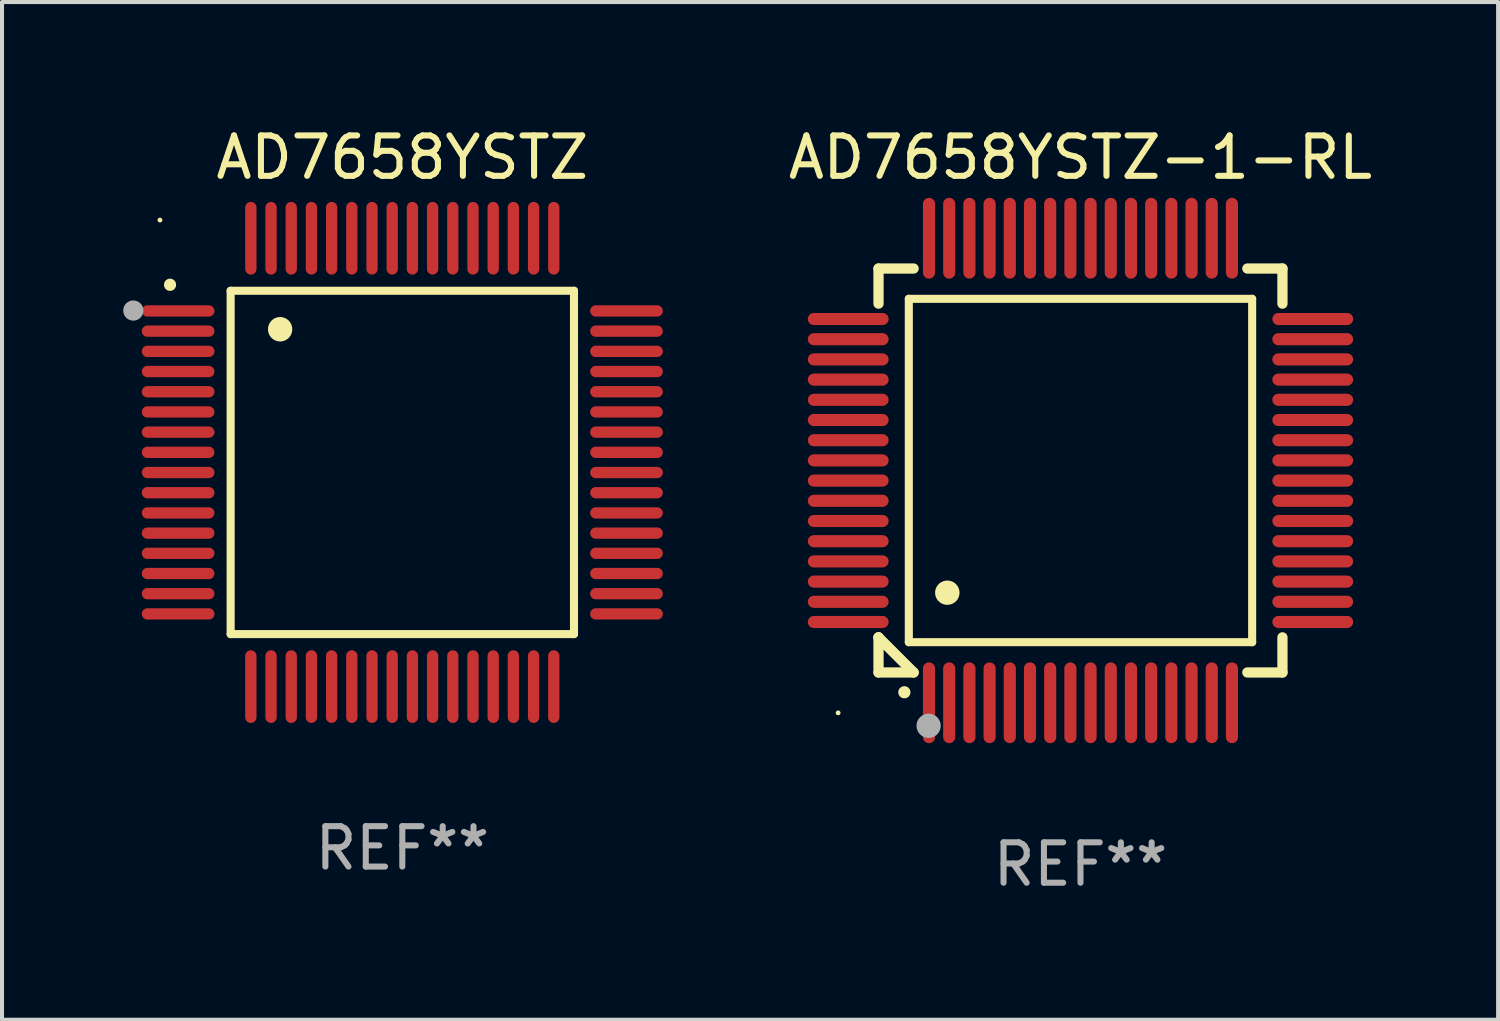
<source format=kicad_pcb>
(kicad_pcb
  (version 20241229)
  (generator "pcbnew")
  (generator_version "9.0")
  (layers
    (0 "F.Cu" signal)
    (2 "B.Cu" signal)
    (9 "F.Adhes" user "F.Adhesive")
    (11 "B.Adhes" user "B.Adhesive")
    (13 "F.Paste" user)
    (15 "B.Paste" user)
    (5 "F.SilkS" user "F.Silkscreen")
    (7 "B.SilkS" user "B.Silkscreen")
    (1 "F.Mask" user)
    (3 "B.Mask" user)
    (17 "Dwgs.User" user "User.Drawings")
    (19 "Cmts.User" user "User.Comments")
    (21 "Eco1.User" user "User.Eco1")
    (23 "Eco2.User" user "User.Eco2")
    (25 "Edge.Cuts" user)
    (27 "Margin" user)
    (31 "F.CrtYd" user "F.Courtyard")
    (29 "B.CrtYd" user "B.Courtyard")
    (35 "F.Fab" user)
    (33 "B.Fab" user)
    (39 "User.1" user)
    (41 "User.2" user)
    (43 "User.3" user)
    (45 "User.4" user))
  (footprint "AD7658YSTZ"
    (layer "F.Cu")
    (at 6.91 8.398)
    (property "Reference" "AD7658YSTZ" (at 0 -7.55 0) (layer "F.SilkS") (effects (font (size 1 1) (thickness 0.15))))
    (attr through_hole)
    (fp_line (start -4.25 -4.25) (end -4.25 4.25) (stroke (width 0.2) (type solid)) (layer "F.SilkS"))
    (fp_line (start -4.25 4.25) (end 4.25 4.25) (stroke (width 0.2) (type solid)) (layer "F.SilkS"))
    (fp_line (start 4.25 -4.25) (end -4.25 -4.25) (stroke (width 0.2) (type solid)) (layer "F.SilkS"))
    (fp_line (start 4.25 4.25) (end 4.25 -4.25) (stroke (width 0.2) (type solid)) (layer "F.SilkS"))
    (fp_arc (start -5.750572 -4.396749) (mid -5.750577 -4.398019) (end -5.750572 -4.399289) (stroke (width 0.3) (type solid)) (layer "F.SilkS"))
    (fp_arc (start -3.025146 -3.294387) (mid -3.025157 -3.296927) (end -3.025146 -3.299467) (stroke (width 0.6) (type solid)) (layer "F.SilkS"))
    (fp_circle (center -6 -6) (end -5.97 -6) (stroke (width 0.06) (type solid)) (fill no) (layer "F.SilkS"))
    (fp_circle (center -6.66 -3.76) (end -6.535 -3.76) (stroke (width 0.25) (type solid)) (fill no) (layer "F.Fab"))
    (fp_text user "REF**" (at 0 9.55 0) (layer "F.Fab") (effects (font (size 1 1) (thickness 0.15))))
    (pad "1" smd oval (at -5.55 -3.75) (size 1.8 0.28) (layers "F.Cu" "F.Mask" "F.Paste"))
    (pad "2" smd oval (at -5.55 -3.25) (size 1.8 0.28) (layers "F.Cu" "F.Mask" "F.Paste"))
    (pad "3" smd oval (at -5.55 -2.75) (size 1.8 0.28) (layers "F.Cu" "F.Mask" "F.Paste"))
    (pad "4" smd oval (at -5.55 -2.25) (size 1.8 0.28) (layers "F.Cu" "F.Mask" "F.Paste"))
    (pad "5" smd oval (at -5.55 -1.75) (size 1.8 0.28) (layers "F.Cu" "F.Mask" "F.Paste"))
    (pad "6" smd oval (at -5.55 -1.25) (size 1.8 0.28) (layers "F.Cu" "F.Mask" "F.Paste"))
    (pad "7" smd oval (at -5.55 -0.75) (size 1.8 0.28) (layers "F.Cu" "F.Mask" "F.Paste"))
    (pad "8" smd oval (at -5.55 -0.25) (size 1.8 0.28) (layers "F.Cu" "F.Mask" "F.Paste"))
    (pad "9" smd oval (at -5.55 0.25) (size 1.8 0.28) (layers "F.Cu" "F.Mask" "F.Paste"))
    (pad "10" smd oval (at -5.55 0.75) (size 1.8 0.28) (layers "F.Cu" "F.Mask" "F.Paste"))
    (pad "11" smd oval (at -5.55 1.25) (size 1.8 0.28) (layers "F.Cu" "F.Mask" "F.Paste"))
    (pad "12" smd oval (at -5.55 1.75) (size 1.8 0.28) (layers "F.Cu" "F.Mask" "F.Paste"))
    (pad "13" smd oval (at -5.55 2.25) (size 1.8 0.28) (layers "F.Cu" "F.Mask" "F.Paste"))
    (pad "14" smd oval (at -5.55 2.75) (size 1.8 0.28) (layers "F.Cu" "F.Mask" "F.Paste"))
    (pad "15" smd oval (at -5.55 3.25) (size 1.8 0.28) (layers "F.Cu" "F.Mask" "F.Paste"))
    (pad "16" smd oval (at -5.55 3.75) (size 1.8 0.28) (layers "F.Cu" "F.Mask" "F.Paste"))
    (pad "17" smd oval (at -3.75 5.55) (size 0.28 1.8) (layers "F.Cu" "F.Mask" "F.Paste"))
    (pad "18" smd oval (at -3.25 5.55) (size 0.28 1.8) (layers "F.Cu" "F.Mask" "F.Paste"))
    (pad "19" smd oval (at -2.75 5.55) (size 0.28 1.8) (layers "F.Cu" "F.Mask" "F.Paste"))
    (pad "20" smd oval (at -2.25 5.55) (size 0.28 1.8) (layers "F.Cu" "F.Mask" "F.Paste"))
    (pad "21" smd oval (at -1.75 5.55) (size 0.28 1.8) (layers "F.Cu" "F.Mask" "F.Paste"))
    (pad "22" smd oval (at -1.25 5.55) (size 0.28 1.8) (layers "F.Cu" "F.Mask" "F.Paste"))
    (pad "23" smd oval (at -0.75 5.55) (size 0.28 1.8) (layers "F.Cu" "F.Mask" "F.Paste"))
    (pad "24" smd oval (at -0.25 5.55) (size 0.28 1.8) (layers "F.Cu" "F.Mask" "F.Paste"))
    (pad "25" smd oval (at 0.25 5.55) (size 0.28 1.8) (layers "F.Cu" "F.Mask" "F.Paste"))
    (pad "26" smd oval (at 0.75 5.55) (size 0.28 1.8) (layers "F.Cu" "F.Mask" "F.Paste"))
    (pad "27" smd oval (at 1.25 5.55) (size 0.28 1.8) (layers "F.Cu" "F.Mask" "F.Paste"))
    (pad "28" smd oval (at 1.75 5.55) (size 0.28 1.8) (layers "F.Cu" "F.Mask" "F.Paste"))
    (pad "29" smd oval (at 2.25 5.55) (size 0.28 1.8) (layers "F.Cu" "F.Mask" "F.Paste"))
    (pad "30" smd oval (at 2.75 5.55) (size 0.28 1.8) (layers "F.Cu" "F.Mask" "F.Paste"))
    (pad "31" smd oval (at 3.25 5.55) (size 0.28 1.8) (layers "F.Cu" "F.Mask" "F.Paste"))
    (pad "32" smd oval (at 3.75 5.55) (size 0.28 1.8) (layers "F.Cu" "F.Mask" "F.Paste"))
    (pad "33" smd oval (at 5.55 3.75) (size 1.8 0.28) (layers "F.Cu" "F.Mask" "F.Paste"))
    (pad "34" smd oval (at 5.55 3.25) (size 1.8 0.28) (layers "F.Cu" "F.Mask" "F.Paste"))
    (pad "35" smd oval (at 5.55 2.75) (size 1.8 0.28) (layers "F.Cu" "F.Mask" "F.Paste"))
    (pad "36" smd oval (at 5.55 2.25) (size 1.8 0.28) (layers "F.Cu" "F.Mask" "F.Paste"))
    (pad "37" smd oval (at 5.55 1.75) (size 1.8 0.28) (layers "F.Cu" "F.Mask" "F.Paste"))
    (pad "38" smd oval (at 5.55 1.25) (size 1.8 0.28) (layers "F.Cu" "F.Mask" "F.Paste"))
    (pad "39" smd oval (at 5.55 0.75) (size 1.8 0.28) (layers "F.Cu" "F.Mask" "F.Paste"))
    (pad "40" smd oval (at 5.55 0.25) (size 1.8 0.28) (layers "F.Cu" "F.Mask" "F.Paste"))
    (pad "41" smd oval (at 5.55 -0.25) (size 1.8 0.28) (layers "F.Cu" "F.Mask" "F.Paste"))
    (pad "42" smd oval (at 5.55 -0.75) (size 1.8 0.28) (layers "F.Cu" "F.Mask" "F.Paste"))
    (pad "43" smd oval (at 5.55 -1.25) (size 1.8 0.28) (layers "F.Cu" "F.Mask" "F.Paste"))
    (pad "44" smd oval (at 5.55 -1.75) (size 1.8 0.28) (layers "F.Cu" "F.Mask" "F.Paste"))
    (pad "45" smd oval (at 5.55 -2.25) (size 1.8 0.28) (layers "F.Cu" "F.Mask" "F.Paste"))
    (pad "46" smd oval (at 5.55 -2.75) (size 1.8 0.28) (layers "F.Cu" "F.Mask" "F.Paste"))
    (pad "47" smd oval (at 5.55 -3.25) (size 1.8 0.28) (layers "F.Cu" "F.Mask" "F.Paste"))
    (pad "48" smd oval (at 5.55 -3.75) (size 1.8 0.28) (layers "F.Cu" "F.Mask" "F.Paste"))
    (pad "49" smd oval (at 3.75 -5.55) (size 0.28 1.8) (layers "F.Cu" "F.Mask" "F.Paste"))
    (pad "50" smd oval (at 3.25 -5.55) (size 0.28 1.8) (layers "F.Cu" "F.Mask" "F.Paste"))
    (pad "51" smd oval (at 2.75 -5.55) (size 0.28 1.8) (layers "F.Cu" "F.Mask" "F.Paste"))
    (pad "52" smd oval (at 2.25 -5.55) (size 0.28 1.8) (layers "F.Cu" "F.Mask" "F.Paste"))
    (pad "53" smd oval (at 1.75 -5.55) (size 0.28 1.8) (layers "F.Cu" "F.Mask" "F.Paste"))
    (pad "54" smd oval (at 1.25 -5.55) (size 0.28 1.8) (layers "F.Cu" "F.Mask" "F.Paste"))
    (pad "55" smd oval (at 0.75 -5.55) (size 0.28 1.8) (layers "F.Cu" "F.Mask" "F.Paste"))
    (pad "56" smd oval (at 0.25 -5.55) (size 0.28 1.8) (layers "F.Cu" "F.Mask" "F.Paste"))
    (pad "57" smd oval (at -0.25 -5.55) (size 0.28 1.8) (layers "F.Cu" "F.Mask" "F.Paste"))
    (pad "58" smd oval (at -0.75 -5.55) (size 0.28 1.8) (layers "F.Cu" "F.Mask" "F.Paste"))
    (pad "59" smd oval (at -1.25 -5.55) (size 0.28 1.8) (layers "F.Cu" "F.Mask" "F.Paste"))
    (pad "60" smd oval (at -1.75 -5.55) (size 0.28 1.8) (layers "F.Cu" "F.Mask" "F.Paste"))
    (pad "61" smd oval (at -2.25 -5.55) (size 0.28 1.8) (layers "F.Cu" "F.Mask" "F.Paste"))
    (pad "62" smd oval (at -2.75 -5.55) (size 0.28 1.8) (layers "F.Cu" "F.Mask" "F.Paste"))
    (pad "63" smd oval (at -3.25 -5.55) (size 0.28 1.8) (layers "F.Cu" "F.Mask" "F.Paste"))
    (pad "64" smd oval (at -3.75 -5.55) (size 0.28 1.8) (layers "F.Cu" "F.Mask" "F.Paste")))
  (footprint "AD7658YSTZ-1-RL"
    (layer "F.Cu")
    (at 23.699 8.598)
    (property "Reference" "AD7658YSTZ-1-RL" (at 0 -7.75 0) (layer "F.SilkS") (effects (font (size 1 1) (thickness 0.15))))
    (attr through_hole)
    (fp_line (start -5 -5) (end -4.131 -5) (stroke (width 0.254) (type solid)) (layer "F.SilkS"))
    (fp_line (start -5 -4.131) (end -5 -5) (stroke (width 0.254) (type solid)) (layer "F.SilkS"))
    (fp_line (start -5 4.131) (end -5 4.131) (stroke (width 0.254) (type solid)) (layer "F.SilkS"))
    (fp_line (start -5 5) (end -5 4.131) (stroke (width 0.254) (type solid)) (layer "F.SilkS"))
    (fp_line (start -5 4.131) (end -4.131 5) (stroke (width 0.254) (type solid)) (layer "F.SilkS"))
    (fp_line (start -4.25 -4.25) (end -4.25 4.25) (stroke (width 0.2) (type solid)) (layer "F.SilkS"))
    (fp_line (start -4.25 4.25) (end 4.25 4.25) (stroke (width 0.2) (type solid)) (layer "F.SilkS"))
    (fp_line (start -4.131 5) (end -5 5) (stroke (width 0.254) (type solid)) (layer "F.SilkS"))
    (fp_line (start 4.25 -4.25) (end -4.25 -4.25) (stroke (width 0.2) (type solid)) (layer "F.SilkS"))
    (fp_line (start 4.25 4.25) (end 4.25 -4.25) (stroke (width 0.2) (type solid)) (layer "F.SilkS"))
    (fp_line (start 5 -5) (end 4.131 -5) (stroke (width 0.254) (type solid)) (layer "F.SilkS"))
    (fp_line (start 5 -5) (end 5 -4.131) (stroke (width 0.254) (type solid)) (layer "F.SilkS"))
    (fp_line (start 5 4.131) (end 5 5) (stroke (width 0.254) (type solid)) (layer "F.SilkS"))
    (fp_line (start 5 5) (end 4.131 5) (stroke (width 0.254) (type solid)) (layer "F.SilkS"))
    (fp_arc (start -4.361265 5.489992) (mid -4.359995 5.489987) (end -4.358725 5.489992) (stroke (width 0.3) (type solid)) (layer "F.SilkS"))
    (fp_arc (start -3.299467 3.025146) (mid -3.296927 3.025135) (end -3.294387 3.025146) (stroke (width 0.6) (type solid)) (layer "F.SilkS"))
    (fp_circle (center -6 6) (end -5.97 6) (stroke (width 0.06) (type solid)) (fill no) (layer "F.SilkS"))
    (fp_circle (center -3.76 6.32) (end -3.61 6.32) (stroke (width 0.3) (type solid)) (fill no) (layer "F.Fab"))
    (fp_text user "REF**" (at 0 9.75 0) (layer "F.Fab") (effects (font (size 1 1) (thickness 0.15))))
    (pad "1" smd oval (at -3.75 5.75) (size 0.3 2) (layers "F.Cu" "F.Mask" "F.Paste"))
    (pad "2" smd oval (at -3.25 5.75) (size 0.3 2) (layers "F.Cu" "F.Mask" "F.Paste"))
    (pad "3" smd oval (at -2.75 5.75) (size 0.3 2) (layers "F.Cu" "F.Mask" "F.Paste"))
    (pad "4" smd oval (at -2.25 5.75) (size 0.3 2) (layers "F.Cu" "F.Mask" "F.Paste"))
    (pad "5" smd oval (at -1.75 5.75) (size 0.3 2) (layers "F.Cu" "F.Mask" "F.Paste"))
    (pad "6" smd oval (at -1.25 5.75) (size 0.3 2) (layers "F.Cu" "F.Mask" "F.Paste"))
    (pad "7" smd oval (at -0.75 5.75) (size 0.3 2) (layers "F.Cu" "F.Mask" "F.Paste"))
    (pad "8" smd oval (at -0.25 5.75) (size 0.3 2) (layers "F.Cu" "F.Mask" "F.Paste"))
    (pad "9" smd oval (at 0.25 5.75) (size 0.3 2) (layers "F.Cu" "F.Mask" "F.Paste"))
    (pad "10" smd oval (at 0.75 5.75) (size 0.3 2) (layers "F.Cu" "F.Mask" "F.Paste"))
    (pad "11" smd oval (at 1.25 5.75) (size 0.3 2) (layers "F.Cu" "F.Mask" "F.Paste"))
    (pad "12" smd oval (at 1.75 5.75) (size 0.3 2) (layers "F.Cu" "F.Mask" "F.Paste"))
    (pad "13" smd oval (at 2.25 5.75) (size 0.3 2) (layers "F.Cu" "F.Mask" "F.Paste"))
    (pad "14" smd oval (at 2.75 5.75) (size 0.3 2) (layers "F.Cu" "F.Mask" "F.Paste"))
    (pad "15" smd oval (at 3.25 5.75) (size 0.3 2) (layers "F.Cu" "F.Mask" "F.Paste"))
    (pad "16" smd oval (at 3.75 5.75) (size 0.3 2) (layers "F.Cu" "F.Mask" "F.Paste"))
    (pad "17" smd oval (at 5.75 3.75) (size 2 0.3) (layers "F.Cu" "F.Mask" "F.Paste"))
    (pad "18" smd oval (at 5.75 3.25) (size 2 0.3) (layers "F.Cu" "F.Mask" "F.Paste"))
    (pad "19" smd oval (at 5.75 2.75) (size 2 0.3) (layers "F.Cu" "F.Mask" "F.Paste"))
    (pad "20" smd oval (at 5.75 2.25) (size 2 0.3) (layers "F.Cu" "F.Mask" "F.Paste"))
    (pad "21" smd oval (at 5.75 1.75) (size 2 0.3) (layers "F.Cu" "F.Mask" "F.Paste"))
    (pad "22" smd oval (at 5.75 1.25) (size 2 0.3) (layers "F.Cu" "F.Mask" "F.Paste"))
    (pad "23" smd oval (at 5.75 0.75) (size 2 0.3) (layers "F.Cu" "F.Mask" "F.Paste"))
    (pad "24" smd oval (at 5.75 0.25) (size 2 0.3) (layers "F.Cu" "F.Mask" "F.Paste"))
    (pad "25" smd oval (at 5.75 -0.25) (size 2 0.3) (layers "F.Cu" "F.Mask" "F.Paste"))
    (pad "26" smd oval (at 5.75 -0.75) (size 2 0.3) (layers "F.Cu" "F.Mask" "F.Paste"))
    (pad "27" smd oval (at 5.75 -1.25) (size 2 0.3) (layers "F.Cu" "F.Mask" "F.Paste"))
    (pad "28" smd oval (at 5.75 -1.75) (size 2 0.3) (layers "F.Cu" "F.Mask" "F.Paste"))
    (pad "29" smd oval (at 5.75 -2.25) (size 2 0.3) (layers "F.Cu" "F.Mask" "F.Paste"))
    (pad "30" smd oval (at 5.75 -2.75) (size 2 0.3) (layers "F.Cu" "F.Mask" "F.Paste"))
    (pad "31" smd oval (at 5.75 -3.25) (size 2 0.3) (layers "F.Cu" "F.Mask" "F.Paste"))
    (pad "32" smd oval (at 5.75 -3.75) (size 2 0.3) (layers "F.Cu" "F.Mask" "F.Paste"))
    (pad "33" smd oval (at 3.75 -5.75) (size 0.3 2) (layers "F.Cu" "F.Mask" "F.Paste"))
    (pad "34" smd oval (at 3.25 -5.75) (size 0.3 2) (layers "F.Cu" "F.Mask" "F.Paste"))
    (pad "35" smd oval (at 2.75 -5.75) (size 0.3 2) (layers "F.Cu" "F.Mask" "F.Paste"))
    (pad "36" smd oval (at 2.25 -5.75) (size 0.3 2) (layers "F.Cu" "F.Mask" "F.Paste"))
    (pad "37" smd oval (at 1.75 -5.75) (size 0.3 2) (layers "F.Cu" "F.Mask" "F.Paste"))
    (pad "38" smd oval (at 1.25 -5.75) (size 0.3 2) (layers "F.Cu" "F.Mask" "F.Paste"))
    (pad "39" smd oval (at 0.75 -5.75) (size 0.3 2) (layers "F.Cu" "F.Mask" "F.Paste"))
    (pad "40" smd oval (at 0.25 -5.75) (size 0.3 2) (layers "F.Cu" "F.Mask" "F.Paste"))
    (pad "41" smd oval (at -0.25 -5.75) (size 0.3 2) (layers "F.Cu" "F.Mask" "F.Paste"))
    (pad "42" smd oval (at -0.75 -5.75) (size 0.3 2) (layers "F.Cu" "F.Mask" "F.Paste"))
    (pad "43" smd oval (at -1.25 -5.75) (size 0.3 2) (layers "F.Cu" "F.Mask" "F.Paste"))
    (pad "44" smd oval (at -1.75 -5.75) (size 0.3 2) (layers "F.Cu" "F.Mask" "F.Paste"))
    (pad "45" smd oval (at -2.25 -5.75) (size 0.3 2) (layers "F.Cu" "F.Mask" "F.Paste"))
    (pad "46" smd oval (at -2.75 -5.75) (size 0.3 2) (layers "F.Cu" "F.Mask" "F.Paste"))
    (pad "47" smd oval (at -3.25 -5.75) (size 0.3 2) (layers "F.Cu" "F.Mask" "F.Paste"))
    (pad "48" smd oval (at -3.75 -5.75) (size 0.3 2) (layers "F.Cu" "F.Mask" "F.Paste"))
    (pad "49" smd oval (at -5.75 -3.75) (size 2 0.3) (layers "F.Cu" "F.Mask" "F.Paste"))
    (pad "50" smd oval (at -5.75 -3.25) (size 2 0.3) (layers "F.Cu" "F.Mask" "F.Paste"))
    (pad "51" smd oval (at -5.75 -2.75) (size 2 0.3) (layers "F.Cu" "F.Mask" "F.Paste"))
    (pad "52" smd oval (at -5.75 -2.25) (size 2 0.3) (layers "F.Cu" "F.Mask" "F.Paste"))
    (pad "53" smd oval (at -5.75 -1.75) (size 2 0.3) (layers "F.Cu" "F.Mask" "F.Paste"))
    (pad "54" smd oval (at -5.75 -1.25) (size 2 0.3) (layers "F.Cu" "F.Mask" "F.Paste"))
    (pad "55" smd oval (at -5.75 -0.75) (size 2 0.3) (layers "F.Cu" "F.Mask" "F.Paste"))
    (pad "56" smd oval (at -5.75 -0.25) (size 2 0.3) (layers "F.Cu" "F.Mask" "F.Paste"))
    (pad "57" smd oval (at -5.75 0.25) (size 2 0.3) (layers "F.Cu" "F.Mask" "F.Paste"))
    (pad "58" smd oval (at -5.75 0.75) (size 2 0.3) (layers "F.Cu" "F.Mask" "F.Paste"))
    (pad "59" smd oval (at -5.75 1.25) (size 2 0.3) (layers "F.Cu" "F.Mask" "F.Paste"))
    (pad "60" smd oval (at -5.75 1.75) (size 2 0.3) (layers "F.Cu" "F.Mask" "F.Paste"))
    (pad "61" smd oval (at -5.75 2.25) (size 2 0.3) (layers "F.Cu" "F.Mask" "F.Paste"))
    (pad "62" smd oval (at -5.75 2.75) (size 2 0.3) (layers "F.Cu" "F.Mask" "F.Paste"))
    (pad "63" smd oval (at -5.75 3.25) (size 2 0.3) (layers "F.Cu" "F.Mask" "F.Paste"))
    (pad "64" smd oval (at -5.75 3.75) (size 2 0.3) (layers "F.Cu" "F.Mask" "F.Paste")))
  (gr_rect
    (start -3 -3)
    (end 34.038 22.196)
    (stroke (width 0.1) (type default))
    (fill no)
    (layer "Edge.Cuts")))
</source>
